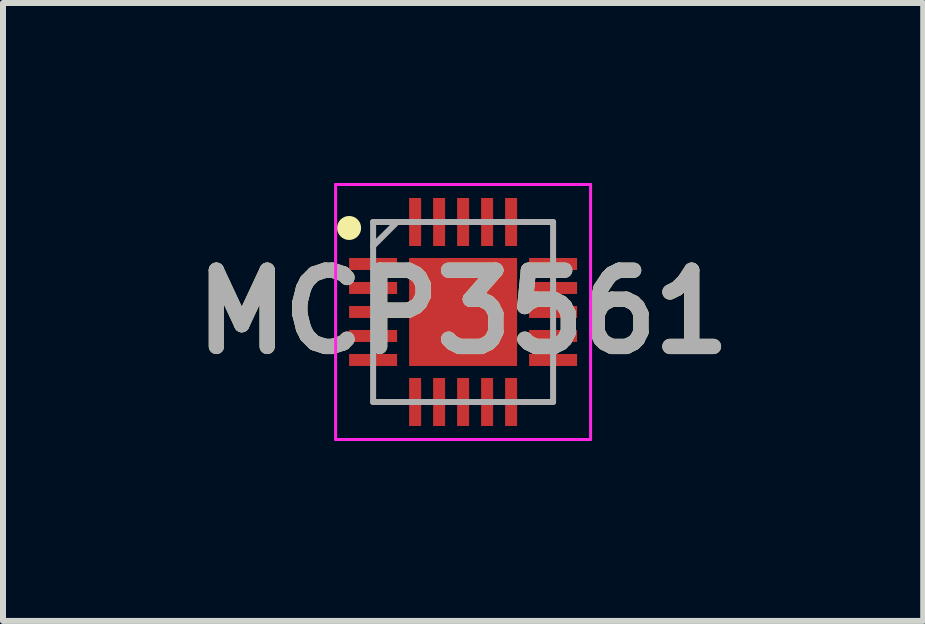
<source format=kicad_pcb>
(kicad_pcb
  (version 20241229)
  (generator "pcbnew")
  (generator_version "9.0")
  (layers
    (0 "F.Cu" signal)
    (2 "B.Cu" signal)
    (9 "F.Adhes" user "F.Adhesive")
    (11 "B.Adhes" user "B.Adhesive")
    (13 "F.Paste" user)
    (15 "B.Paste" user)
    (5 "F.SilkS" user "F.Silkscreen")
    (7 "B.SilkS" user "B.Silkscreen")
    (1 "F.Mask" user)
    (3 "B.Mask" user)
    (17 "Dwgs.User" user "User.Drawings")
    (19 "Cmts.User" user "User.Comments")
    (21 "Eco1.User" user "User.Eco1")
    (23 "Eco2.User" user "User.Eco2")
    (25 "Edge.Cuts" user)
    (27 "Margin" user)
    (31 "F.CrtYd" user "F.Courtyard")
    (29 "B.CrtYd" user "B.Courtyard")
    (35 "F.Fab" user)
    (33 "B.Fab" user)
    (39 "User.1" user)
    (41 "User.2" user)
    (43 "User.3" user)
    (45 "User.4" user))
  (footprint "MCP3561"
    (layer "F.Cu")
    (at 4.669 2.15)
    (property "Reference" "MCP3561" (at 0 0 0) (layer "F.SilkS") (effects (font (size 1.27 1.27) (thickness 0.254))))
    (attr smd)
    (fp_circle (center -1.9 -1.4) (end -1.9 -1.3) (stroke (width 0.2) (type solid)) (fill no) (layer "F.SilkS"))
    (fp_line (start -2.125 -2.125) (end 2.125 -2.125) (stroke (width 0.05) (type solid)) (layer "F.CrtYd"))
    (fp_line (start -2.125 2.125) (end -2.125 -2.125) (stroke (width 0.05) (type solid)) (layer "F.CrtYd"))
    (fp_line (start 2.125 -2.125) (end 2.125 2.125) (stroke (width 0.05) (type solid)) (layer "F.CrtYd"))
    (fp_line (start 2.125 2.125) (end -2.125 2.125) (stroke (width 0.05) (type solid)) (layer "F.CrtYd"))
    (fp_line (start -1.5 -1.5) (end 1.5 -1.5) (stroke (width 0.1) (type solid)) (layer "F.Fab"))
    (fp_line (start -1.5 -1.1) (end -1.1 -1.5) (stroke (width 0.1) (type solid)) (layer "F.Fab"))
    (fp_line (start -1.5 1.5) (end -1.5 -1.5) (stroke (width 0.1) (type solid)) (layer "F.Fab"))
    (fp_line (start 1.5 -1.5) (end 1.5 1.5) (stroke (width 0.1) (type solid)) (layer "F.Fab"))
    (fp_line (start 1.5 1.5) (end -1.5 1.5) (stroke (width 0.1) (type solid)) (layer "F.Fab"))
    (fp_text user "${REFERENCE}" (at 0 0 0) (layer "F.Fab") (effects (font (size 1.27 1.27) (thickness 0.254))))
    (pad "1" smd rect (at -1.5 -0.8 90) (size 0.2 0.8) (layers "F.Cu" "F.Mask" "F.Paste"))
    (pad "2" smd rect (at -1.5 -0.4 90) (size 0.2 0.8) (layers "F.Cu" "F.Mask" "F.Paste"))
    (pad "3" smd rect (at -1.5 0 90) (size 0.2 0.8) (layers "F.Cu" "F.Mask" "F.Paste"))
    (pad "4" smd rect (at -1.5 0.4 90) (size 0.2 0.8) (layers "F.Cu" "F.Mask" "F.Paste"))
    (pad "5" smd rect (at -1.5 0.8 90) (size 0.2 0.8) (layers "F.Cu" "F.Mask" "F.Paste"))
    (pad "6" smd rect (at -0.8 1.5) (size 0.2 0.8) (layers "F.Cu" "F.Mask" "F.Paste"))
    (pad "7" smd rect (at -0.4 1.5) (size 0.2 0.8) (layers "F.Cu" "F.Mask" "F.Paste"))
    (pad "8" smd rect (at 0 1.5) (size 0.2 0.8) (layers "F.Cu" "F.Mask" "F.Paste"))
    (pad "9" smd rect (at 0.4 1.5) (size 0.2 0.8) (layers "F.Cu" "F.Mask" "F.Paste"))
    (pad "10" smd rect (at 0.8 1.5) (size 0.2 0.8) (layers "F.Cu" "F.Mask" "F.Paste"))
    (pad "11" smd rect (at 1.5 0.8 90) (size 0.2 0.8) (layers "F.Cu" "F.Mask" "F.Paste"))
    (pad "12" smd rect (at 1.5 0.4 90) (size 0.2 0.8) (layers "F.Cu" "F.Mask" "F.Paste"))
    (pad "13" smd rect (at 1.5 0 90) (size 0.2 0.8) (layers "F.Cu" "F.Mask" "F.Paste"))
    (pad "14" smd rect (at 1.5 -0.4 90) (size 0.2 0.8) (layers "F.Cu" "F.Mask" "F.Paste"))
    (pad "15" smd rect (at 1.5 -0.8 90) (size 0.2 0.8) (layers "F.Cu" "F.Mask" "F.Paste"))
    (pad "16" smd rect (at 0.8 -1.5) (size 0.2 0.8) (layers "F.Cu" "F.Mask" "F.Paste"))
    (pad "17" smd rect (at 0.4 -1.5) (size 0.2 0.8) (layers "F.Cu" "F.Mask" "F.Paste"))
    (pad "18" smd rect (at 0 -1.5) (size 0.2 0.8) (layers "F.Cu" "F.Mask" "F.Paste"))
    (pad "19" smd rect (at -0.4 -1.5) (size 0.2 0.8) (layers "F.Cu" "F.Mask" "F.Paste"))
    (pad "20" smd rect (at -0.8 -1.5) (size 0.2 0.8) (layers "F.Cu" "F.Mask" "F.Paste"))
    (pad "21" smd rect (at 0 0) (size 1.8 1.8) (layers "F.Cu" "F.Mask" "F.Paste")))
  (gr_rect
    (start -3 -3)
    (end 12.338 7.3)
    (stroke (width 0.1) (type default))
    (fill no)
    (layer "Edge.Cuts")))
</source>
